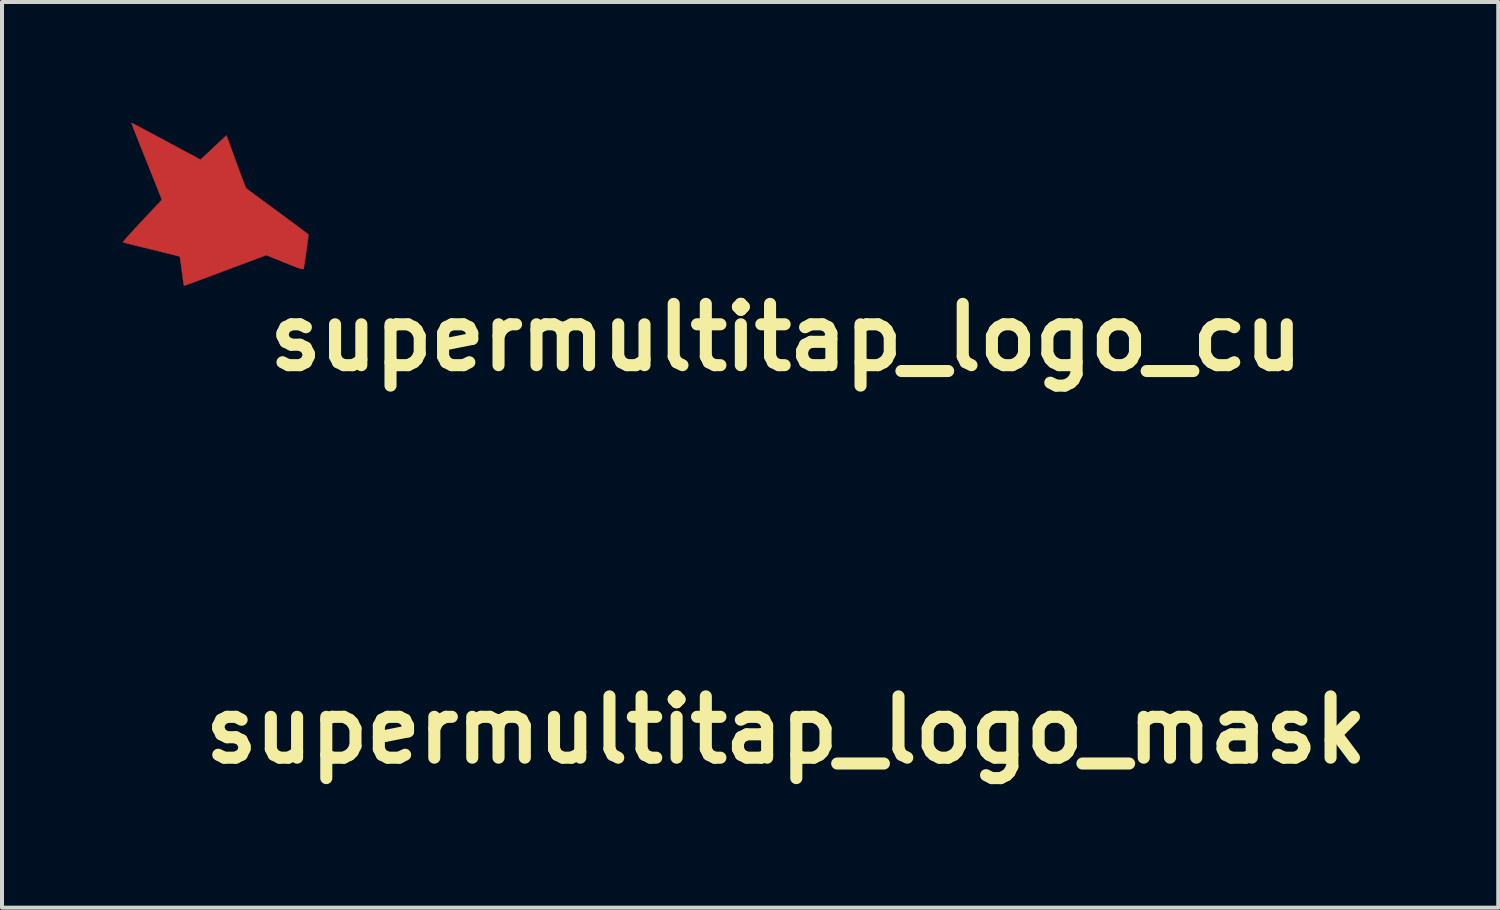
<source format=kicad_pcb>
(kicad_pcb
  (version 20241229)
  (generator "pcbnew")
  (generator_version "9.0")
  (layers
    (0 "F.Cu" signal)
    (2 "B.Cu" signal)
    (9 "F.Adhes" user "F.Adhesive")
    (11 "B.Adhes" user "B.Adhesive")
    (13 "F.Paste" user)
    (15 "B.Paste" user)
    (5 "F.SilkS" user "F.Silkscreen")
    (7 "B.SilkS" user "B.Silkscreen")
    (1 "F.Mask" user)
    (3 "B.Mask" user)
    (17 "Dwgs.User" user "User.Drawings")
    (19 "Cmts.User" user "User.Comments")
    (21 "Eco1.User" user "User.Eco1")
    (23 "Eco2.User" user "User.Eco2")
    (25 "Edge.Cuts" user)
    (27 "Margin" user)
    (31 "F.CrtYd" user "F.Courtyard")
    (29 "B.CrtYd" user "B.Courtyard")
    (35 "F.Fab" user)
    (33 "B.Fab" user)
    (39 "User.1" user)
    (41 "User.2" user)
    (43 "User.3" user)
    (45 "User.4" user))
  (footprint "supermultitap_logo_cu"
    (layer "F.Cu")
    (at 16.491 5.338)
    (property "Reference" "supermultitap_logo_cu" (at 0 0 0) (layer "F.SilkS") (effects (font (size 1.524 1.524) (thickness 0.3))))
    (attr through_hole)
    (fp_poly (pts (xy -16.259 -5.327) (xy -16.219 -5.307) (xy -16.155 -5.274) (xy -16.072 -5.23) (xy -15.969 -5.176) (xy -15.851 -5.113) (xy -15.719 -5.043) (xy -15.577 -4.966) (xy -15.425 -4.885) (xy -15.412 -4.878) (xy -14.556 -4.418) (xy -14.374 -4.589) (xy -14.297 -4.662) (xy -14.213 -4.741) (xy -14.132 -4.817) (xy -14.064 -4.881) (xy -14.053 -4.891) (xy -13.912 -5.022) (xy -13.677 -4.378) (xy -13.627 -4.242) (xy -13.58 -4.114) (xy -13.537 -3.999) (xy -13.499 -3.898) (xy -13.467 -3.817) (xy -13.444 -3.756) (xy -13.429 -3.721) (xy -13.425 -3.713) (xy -13.409 -3.7) (xy -13.37 -3.67) (xy -13.31 -3.624) (xy -13.231 -3.565) (xy -13.136 -3.494) (xy -13.026 -3.413) (xy -12.905 -3.323) (xy -12.773 -3.227) (xy -12.644 -3.132) (xy -12.507 -3.031) (xy -12.377 -2.935) (xy -12.257 -2.847) (xy -12.15 -2.767) (xy -12.057 -2.697) (xy -11.981 -2.639) (xy -11.923 -2.595) (xy -11.888 -2.567) (xy -11.875 -2.556) (xy -11.876 -2.536) (xy -11.881 -2.489) (xy -11.889 -2.42) (xy -11.901 -2.331) (xy -11.915 -2.229) (xy -11.931 -2.12) (xy -11.992 -1.701) (xy -12.033 -1.701) (xy -12.058 -1.707) (xy -12.108 -1.723) (xy -12.179 -1.749) (xy -12.267 -1.782) (xy -12.368 -1.822) (xy -12.478 -1.866) (xy -12.497 -1.874) (xy -12.921 -2.047) (xy -13.933 -1.667) (xy -14.104 -1.603) (xy -14.267 -1.543) (xy -14.418 -1.486) (xy -14.555 -1.435) (xy -14.677 -1.39) (xy -14.78 -1.352) (xy -14.861 -1.322) (xy -14.92 -1.301) (xy -14.953 -1.289) (xy -14.959 -1.287) (xy -14.968 -1.302) (xy -14.978 -1.337) (xy -14.981 -1.355) (xy -14.986 -1.393) (xy -14.994 -1.455) (xy -15.005 -1.536) (xy -15.017 -1.629) (xy -15.028 -1.714) (xy -15.04 -1.807) (xy -15.052 -1.888) (xy -15.061 -1.952) (xy -15.068 -1.995) (xy -15.072 -2.012) (xy -15.088 -2.017) (xy -15.133 -2.028) (xy -15.201 -2.046) (xy -15.292 -2.069) (xy -15.4 -2.096) (xy -15.524 -2.126) (xy -15.661 -2.16) (xy -15.777 -2.188) (xy -15.921 -2.223) (xy -16.055 -2.256) (xy -16.177 -2.286) (xy -16.283 -2.313) (xy -16.37 -2.335) (xy -16.435 -2.352) (xy -16.475 -2.363) (xy -16.486 -2.367) (xy -16.478 -2.38) (xy -16.45 -2.414) (xy -16.405 -2.467) (xy -16.344 -2.535) (xy -16.27 -2.617) (xy -16.184 -2.71) (xy -16.089 -2.813) (xy -16.007 -2.9) (xy -15.516 -3.424) (xy -15.545 -3.496) (xy -15.556 -3.524) (xy -15.578 -3.578) (xy -15.609 -3.656) (xy -15.649 -3.756) (xy -15.695 -3.873) (xy -15.748 -4.005) (xy -15.806 -4.15) (xy -15.868 -4.305) (xy -15.926 -4.449) (xy -15.989 -4.607) (xy -16.048 -4.756) (xy -16.103 -4.894) (xy -16.152 -5.017) (xy -16.194 -5.124) (xy -16.228 -5.212) (xy -16.253 -5.278) (xy -16.269 -5.319) (xy -16.273 -5.333) (xy -16.259 -5.327)) (stroke (width 0.01) (type solid)) (fill yes) (layer "F.Cu")))
  (footprint "supermultitap_logo_mask"
    (layer "F.Cu")
    (at 16.491 15.095)
    (property "Reference" "supermultitap_logo_mask" (at 0 0 0) (layer "F.SilkS") (effects (font (size 1.524 1.524) (thickness 0.3))))
    (attr through_hole)
    (fp_poly (pts (xy -16.259 -5.327) (xy -16.219 -5.307) (xy -16.155 -5.274) (xy -16.072 -5.23) (xy -15.969 -5.176) (xy -15.851 -5.113) (xy -15.719 -5.043) (xy -15.577 -4.966) (xy -15.425 -4.885) (xy -15.412 -4.878) (xy -14.556 -4.418) (xy -14.374 -4.589) (xy -14.297 -4.662) (xy -14.213 -4.741) (xy -14.132 -4.817) (xy -14.064 -4.881) (xy -14.053 -4.891) (xy -13.912 -5.022) (xy -13.677 -4.378) (xy -13.627 -4.242) (xy -13.58 -4.114) (xy -13.537 -3.999) (xy -13.499 -3.898) (xy -13.467 -3.817) (xy -13.444 -3.756) (xy -13.429 -3.721) (xy -13.425 -3.713) (xy -13.409 -3.7) (xy -13.37 -3.67) (xy -13.31 -3.624) (xy -13.231 -3.565) (xy -13.136 -3.494) (xy -13.026 -3.413) (xy -12.905 -3.323) (xy -12.773 -3.227) (xy -12.644 -3.132) (xy -12.507 -3.031) (xy -12.377 -2.935) (xy -12.257 -2.847) (xy -12.15 -2.767) (xy -12.057 -2.697) (xy -11.981 -2.639) (xy -11.923 -2.595) (xy -11.888 -2.567) (xy -11.875 -2.556) (xy -11.876 -2.536) (xy -11.881 -2.489) (xy -11.889 -2.42) (xy -11.901 -2.331) (xy -11.915 -2.229) (xy -11.931 -2.12) (xy -11.992 -1.701) (xy -12.033 -1.701) (xy -12.058 -1.707) (xy -12.108 -1.723) (xy -12.179 -1.749) (xy -12.267 -1.782) (xy -12.368 -1.822) (xy -12.478 -1.866) (xy -12.497 -1.874) (xy -12.921 -2.047) (xy -13.933 -1.667) (xy -14.104 -1.603) (xy -14.267 -1.543) (xy -14.418 -1.486) (xy -14.555 -1.435) (xy -14.677 -1.39) (xy -14.78 -1.352) (xy -14.861 -1.322) (xy -14.92 -1.301) (xy -14.953 -1.289) (xy -14.959 -1.287) (xy -14.968 -1.302) (xy -14.978 -1.337) (xy -14.981 -1.355) (xy -14.986 -1.393) (xy -14.994 -1.455) (xy -15.005 -1.536) (xy -15.017 -1.629) (xy -15.028 -1.714) (xy -15.04 -1.807) (xy -15.052 -1.888) (xy -15.061 -1.952) (xy -15.068 -1.995) (xy -15.072 -2.012) (xy -15.088 -2.017) (xy -15.133 -2.028) (xy -15.201 -2.046) (xy -15.292 -2.069) (xy -15.4 -2.096) (xy -15.524 -2.126) (xy -15.661 -2.16) (xy -15.777 -2.188) (xy -15.921 -2.223) (xy -16.055 -2.256) (xy -16.177 -2.286) (xy -16.283 -2.313) (xy -16.37 -2.335) (xy -16.435 -2.352) (xy -16.475 -2.363) (xy -16.486 -2.367) (xy -16.478 -2.38) (xy -16.45 -2.414) (xy -16.405 -2.467) (xy -16.344 -2.535) (xy -16.27 -2.617) (xy -16.184 -2.71) (xy -16.089 -2.813) (xy -16.007 -2.9) (xy -15.516 -3.424) (xy -15.545 -3.496) (xy -15.556 -3.524) (xy -15.578 -3.578) (xy -15.609 -3.656) (xy -15.649 -3.756) (xy -15.695 -3.873) (xy -15.748 -4.005) (xy -15.806 -4.15) (xy -15.868 -4.305) (xy -15.926 -4.449) (xy -15.989 -4.607) (xy -16.048 -4.756) (xy -16.103 -4.894) (xy -16.152 -5.017) (xy -16.194 -5.124) (xy -16.228 -5.212) (xy -16.253 -5.278) (xy -16.269 -5.319) (xy -16.273 -5.333) (xy -16.259 -5.327)) (stroke (width 0.01) (type solid)) (fill yes) (layer "F.Mask")))
  (gr_rect
    (start -3 -3)
    (end 34.194 19.513)
    (stroke (width 0.1) (type default))
    (fill no)
    (layer "Edge.Cuts")))
</source>
